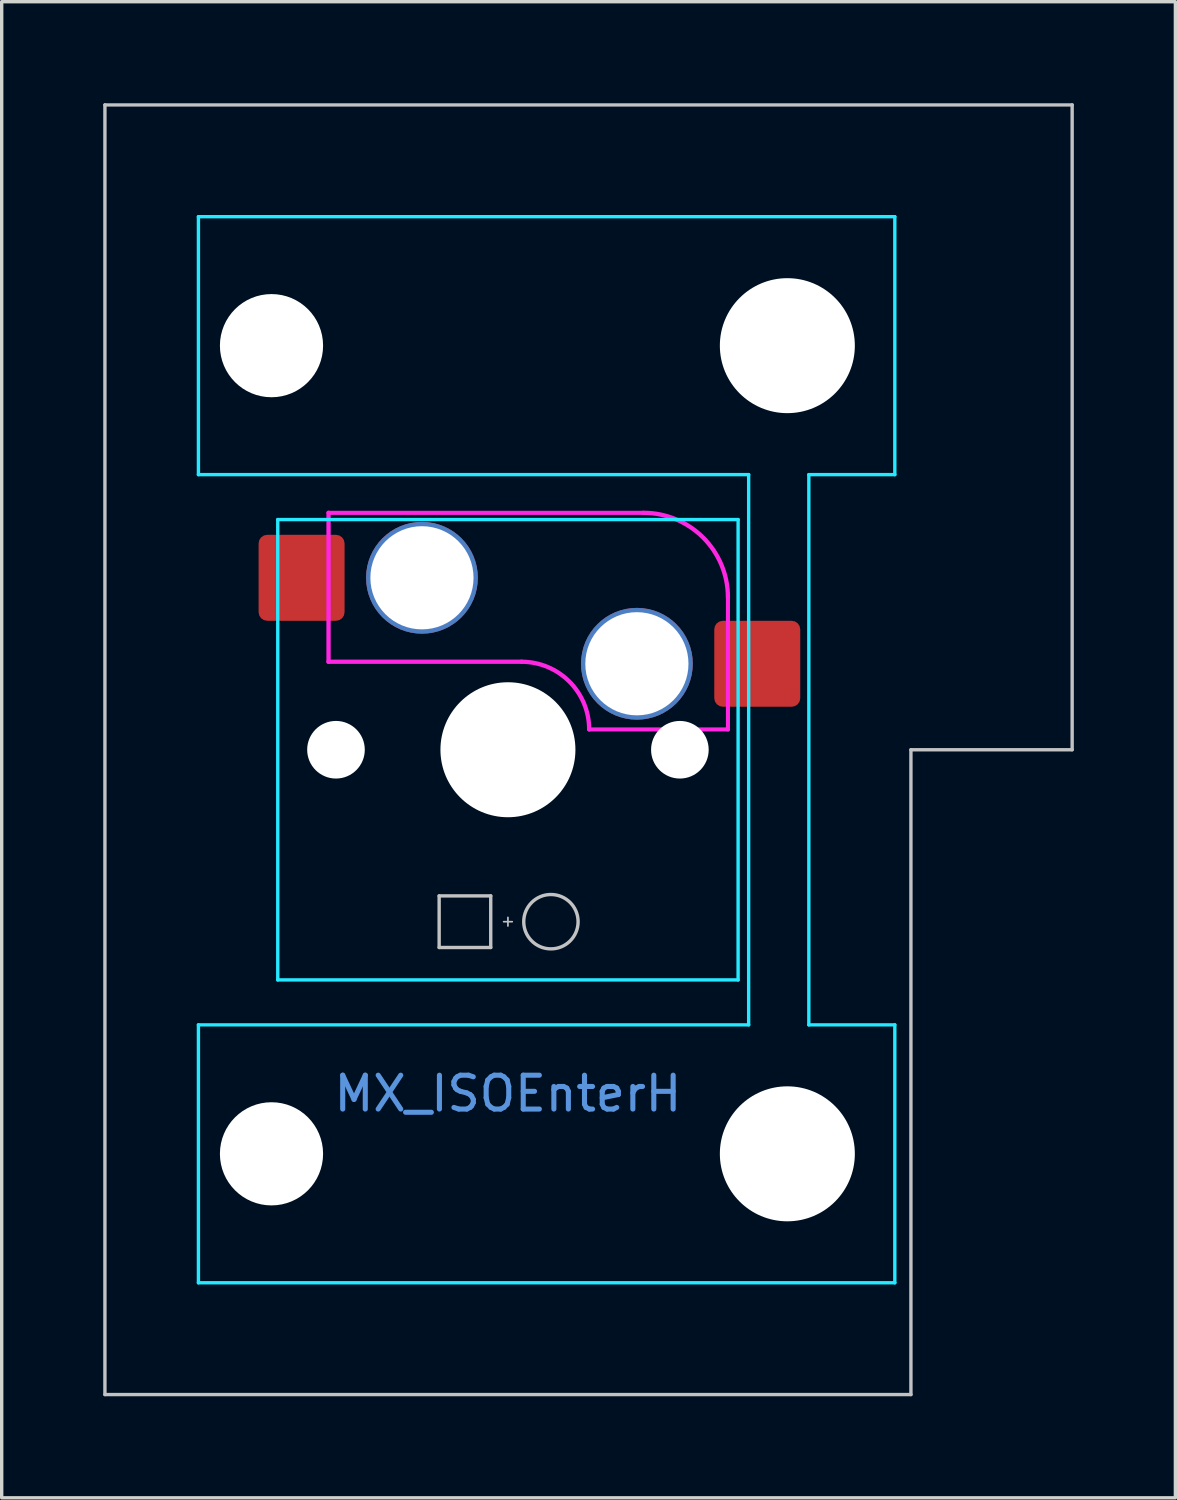
<source format=kicad_pcb>
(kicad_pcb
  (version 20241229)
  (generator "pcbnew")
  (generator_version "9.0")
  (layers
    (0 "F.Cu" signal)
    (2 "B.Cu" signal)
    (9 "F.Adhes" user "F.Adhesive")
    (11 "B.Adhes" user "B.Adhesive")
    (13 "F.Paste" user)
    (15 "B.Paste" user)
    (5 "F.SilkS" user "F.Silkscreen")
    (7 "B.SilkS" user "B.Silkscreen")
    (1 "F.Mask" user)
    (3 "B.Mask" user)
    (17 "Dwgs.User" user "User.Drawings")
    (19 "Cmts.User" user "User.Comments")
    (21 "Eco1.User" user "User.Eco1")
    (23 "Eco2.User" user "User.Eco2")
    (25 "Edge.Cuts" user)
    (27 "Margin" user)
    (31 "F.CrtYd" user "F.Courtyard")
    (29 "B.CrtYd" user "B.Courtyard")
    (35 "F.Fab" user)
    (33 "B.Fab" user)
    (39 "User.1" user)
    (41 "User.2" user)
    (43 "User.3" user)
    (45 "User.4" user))
  (footprint "MX_ISOEnterH"
    (layer "F.Cu")
    (at 9.416 14.02)
    (property "Reference" "MX_ISOEnterH" (at 2.54 15.24 0) (unlocked yes) (layer "Cmts.User") (effects (font (size 1 1) (thickness 0.15))))
    (attr smd)
    (fp_line (start -9.366 24.13) (end -9.366 -13.97) (stroke (width 0.1) (type solid)) (layer "Dwgs.User"))
    (fp_line (start 0.508 9.398) (end 0.508 10.922) (stroke (width 0.1) (type solid)) (layer "Dwgs.User"))
    (fp_line (start 0.508 10.922) (end 2.032 10.922) (stroke (width 0.1) (type solid)) (layer "Dwgs.User"))
    (fp_line (start 2.032 9.398) (end 0.508 9.398) (stroke (width 0.1) (type solid)) (layer "Dwgs.User"))
    (fp_line (start 2.032 9.398) (end 2.032 10.922) (stroke (width 0.1) (type solid)) (layer "Dwgs.User"))
    (fp_line (start 2.413 10.16) (end 2.667 10.16) (stroke (width 0.05) (type solid)) (layer "Dwgs.User"))
    (fp_line (start 2.54 10.287) (end 2.54 10.033) (stroke (width 0.05) (type solid)) (layer "Dwgs.User"))
    (fp_line (start 14.446 24.13) (end -9.366 24.13) (stroke (width 0.1) (type solid)) (layer "Dwgs.User"))
    (fp_line (start 14.446 24.13) (end 14.446 5.08) (stroke (width 0.1) (type solid)) (layer "Dwgs.User"))
    (fp_line (start 19.209 -13.97) (end -9.366 -13.97) (stroke (width 0.1) (type solid)) (layer "Dwgs.User"))
    (fp_line (start 19.209 5.08) (end 14.446 5.08) (stroke (width 0.1) (type solid)) (layer "Dwgs.User"))
    (fp_line (start 19.209 5.08) (end 19.209 -13.97) (stroke (width 0.1) (type solid)) (layer "Dwgs.User"))
    (fp_circle (center 3.81 10.16) (end 3.81 10.963) (stroke (width 0.1) (type solid)) (fill no) (layer "Dwgs.User"))
    (fp_line (start -4.46 -1.42) (end -4.46 11.58) (stroke (width 0.1) (type solid)) (layer "Eco1.User"))
    (fp_line (start -3.96 12.08) (end 9.04 12.08) (stroke (width 0.1) (type solid)) (layer "Eco1.User"))
    (fp_line (start -3.445 -3.858) (end -3.445 -9.858) (stroke (width 0.1) (type solid)) (layer "Eco1.User"))
    (fp_line (start -3.445 20.018) (end -3.445 14.018) (stroke (width 0.1) (type solid)) (layer "Eco1.User"))
    (fp_line (start -2.945 -3.358) (end 11.055 -3.358) (stroke (width 0.1) (type solid)) (layer "Eco1.User"))
    (fp_line (start -2.945 20.518) (end 11.055 20.518) (stroke (width 0.1) (type solid)) (layer "Eco1.User"))
    (fp_line (start 9.04 -1.92) (end -3.96 -1.92) (stroke (width 0.1) (type solid)) (layer "Eco1.User"))
    (fp_line (start 9.54 11.58) (end 9.54 -1.42) (stroke (width 0.1) (type solid)) (layer "Eco1.User"))
    (fp_line (start 11.055 -10.358) (end -2.945 -10.358) (stroke (width 0.1) (type solid)) (layer "Eco1.User"))
    (fp_line (start 11.055 13.518) (end -2.945 13.518) (stroke (width 0.1) (type solid)) (layer "Eco1.User"))
    (fp_line (start 11.555 -9.858) (end 11.555 -3.858) (stroke (width 0.1) (type solid)) (layer "Eco1.User"))
    (fp_line (start 11.555 14.018) (end 11.555 20.018) (stroke (width 0.1) (type solid)) (layer "Eco1.User"))
    (fp_arc (start -4.46 -1.42) (mid -4.313553 -1.773553) (end -3.96 -1.92) (stroke (width 0.1) (type solid)) (layer "Eco1.User"))
    (fp_arc (start -3.96 12.08) (mid -4.313553 11.933553) (end -4.46 11.58) (stroke (width 0.1) (type solid)) (layer "Eco1.User"))
    (fp_arc (start -3.445 -9.858) (mid -3.298553 -10.211553) (end -2.945 -10.358) (stroke (width 0.1) (type solid)) (layer "Eco1.User"))
    (fp_arc (start -3.445 14.018) (mid -3.298553 13.664447) (end -2.945 13.518) (stroke (width 0.1) (type solid)) (layer "Eco1.User"))
    (fp_arc (start -2.945 -3.358) (mid -3.298553 -3.504447) (end -3.445 -3.858) (stroke (width 0.1) (type solid)) (layer "Eco1.User"))
    (fp_arc (start -2.945 20.518) (mid -3.298553 20.371553) (end -3.445 20.018) (stroke (width 0.1) (type solid)) (layer "Eco1.User"))
    (fp_arc (start 9.04 -1.92) (mid 9.393553 -1.773553) (end 9.54 -1.42) (stroke (width 0.1) (type solid)) (layer "Eco1.User"))
    (fp_arc (start 9.54 11.58) (mid 9.393553 11.933553) (end 9.04 12.08) (stroke (width 0.1) (type solid)) (layer "Eco1.User"))
    (fp_arc (start 11.055 -10.358) (mid 11.408553 -10.211553) (end 11.555 -9.858) (stroke (width 0.1) (type solid)) (layer "Eco1.User"))
    (fp_arc (start 11.055 13.518) (mid 11.408553 13.664447) (end 11.555 14.018) (stroke (width 0.1) (type solid)) (layer "Eco1.User"))
    (fp_arc (start 11.555 -3.858) (mid 11.408553 -3.504447) (end 11.055 -3.358) (stroke (width 0.1) (type solid)) (layer "Eco1.User"))
    (fp_arc (start 11.555 20.018) (mid 11.408553 20.371553) (end 11.055 20.518) (stroke (width 0.1) (type solid)) (layer "Eco1.User"))
    (fp_line (start -6.604 -10.668) (end 13.97 -10.668) (stroke (width 0.1) (type solid)) (layer "B.CrtYd"))
    (fp_line (start -6.604 -3.048) (end -6.604 -10.668) (stroke (width 0.1) (type solid)) (layer "B.CrtYd"))
    (fp_line (start -6.604 -3.048) (end 9.652 -3.048) (stroke (width 0.1) (type solid)) (layer "B.CrtYd"))
    (fp_line (start -6.604 13.208) (end 9.652 13.208) (stroke (width 0.1) (type solid)) (layer "B.CrtYd"))
    (fp_line (start -6.604 20.828) (end -6.604 13.208) (stroke (width 0.1) (type solid)) (layer "B.CrtYd"))
    (fp_line (start -4.26 11.88) (end -4.26 -1.72) (stroke (width 0.1) (type solid)) (layer "B.CrtYd"))
    (fp_line (start 9.34 -1.72) (end -4.26 -1.72) (stroke (width 0.1) (type solid)) (layer "B.CrtYd"))
    (fp_line (start 9.34 11.88) (end -4.26 11.88) (stroke (width 0.1) (type solid)) (layer "B.CrtYd"))
    (fp_line (start 9.34 11.88) (end 9.34 -1.72) (stroke (width 0.1) (type solid)) (layer "B.CrtYd"))
    (fp_line (start 9.652 13.208) (end 9.652 -3.048) (stroke (width 0.1) (type solid)) (layer "B.CrtYd"))
    (fp_line (start 11.43 13.208) (end 11.43 -3.048) (stroke (width 0.1) (type solid)) (layer "B.CrtYd"))
    (fp_line (start 13.97 -10.668) (end 13.97 -3.048) (stroke (width 0.1) (type solid)) (layer "B.CrtYd"))
    (fp_line (start 13.97 -3.048) (end 11.43 -3.048) (stroke (width 0.1) (type solid)) (layer "B.CrtYd"))
    (fp_line (start 13.97 13.208) (end 11.43 13.208) (stroke (width 0.1) (type solid)) (layer "B.CrtYd"))
    (fp_line (start 13.97 13.208) (end 13.97 20.828) (stroke (width 0.1) (type solid)) (layer "B.CrtYd"))
    (fp_line (start 13.97 20.828) (end -6.604 20.828) (stroke (width 0.1) (type solid)) (layer "B.CrtYd"))
    (fp_line (start -2.76 -1.92) (end -2.76 2.48) (stroke (width 0.127) (type solid)) (layer "F.CrtYd"))
    (fp_line (start 2.94 2.48) (end -2.76 2.48) (stroke (width 0.127) (type solid)) (layer "F.CrtYd"))
    (fp_line (start 6.54 -1.92) (end -2.76 -1.92) (stroke (width 0.12) (type solid)) (layer "F.CrtYd"))
    (fp_line (start 9.04 0.58) (end 9.04 4.48) (stroke (width 0.12) (type solid)) (layer "F.CrtYd"))
    (fp_line (start 9.04 4.48) (end 4.94 4.48) (stroke (width 0.12) (type solid)) (layer "F.CrtYd"))
    (fp_arc (start 2.94 2.48) (mid 4.354214 3.065786) (end 4.94 4.48) (stroke (width 0.127) (type solid)) (layer "F.CrtYd"))
    (fp_arc (start 6.54 -1.92) (mid 8.307767 -1.187767) (end 9.04 0.58) (stroke (width 0.127) (type solid)) (layer "F.CrtYd"))
    (pad "" np_thru_hole circle (at -4.445 -6.858 90) (size 3.048 3.048) (drill 3.048) (layers "*.Cu" "*.Mask"))
    (pad "" np_thru_hole circle (at -4.445 17.018 90) (size 3.048 3.048) (drill 3.048) (layers "*.Cu" "*.Mask"))
    (pad "" np_thru_hole circle (at -2.54 5.08 270) (size 1.702 1.702) (drill 1.702) (layers "*.Cu" "*.Mask"))
    (pad "" np_thru_hole circle (at 0 0) (size 3.302 3.302) (drill 3.048) (layers "*.Cu" "*.Mask"))
    (pad "" np_thru_hole circle (at 2.54 5.08) (size 3.988 3.988) (drill 3.988) (layers "*.Cu" "*.Mask"))
    (pad "" np_thru_hole circle (at 6.35 2.54) (size 3.302 3.302) (drill 3.048) (layers "*.Cu" "*.Mask"))
    (pad "" np_thru_hole circle (at 7.62 5.08 270) (size 1.702 1.702) (drill 1.702) (layers "*.Cu" "*.Mask"))
    (pad "" np_thru_hole circle (at 10.795 -6.858 90) (size 3.988 3.988) (drill 3.988) (layers "*.Cu" "*.Mask"))
    (pad "" np_thru_hole circle (at 10.795 17.018 90) (size 3.988 3.988) (drill 3.988) (layers "*.Cu" "*.Mask"))
    (pad "1" smd roundrect (at -3.556 0) (size 2.54 2.54) (layers "F.Cu" "F.Mask") (roundrect_rratio 0.1))
    (pad "2" smd roundrect (at 9.906 2.54) (size 2.54 2.54) (layers "F.Cu" "F.Mask") (roundrect_rratio 0.1)))
  (gr_rect
    (start -3 -3)
    (end 31.675 41.2)
    (stroke (width 0.1) (type default))
    (fill no)
    (layer "Edge.Cuts")))
</source>
